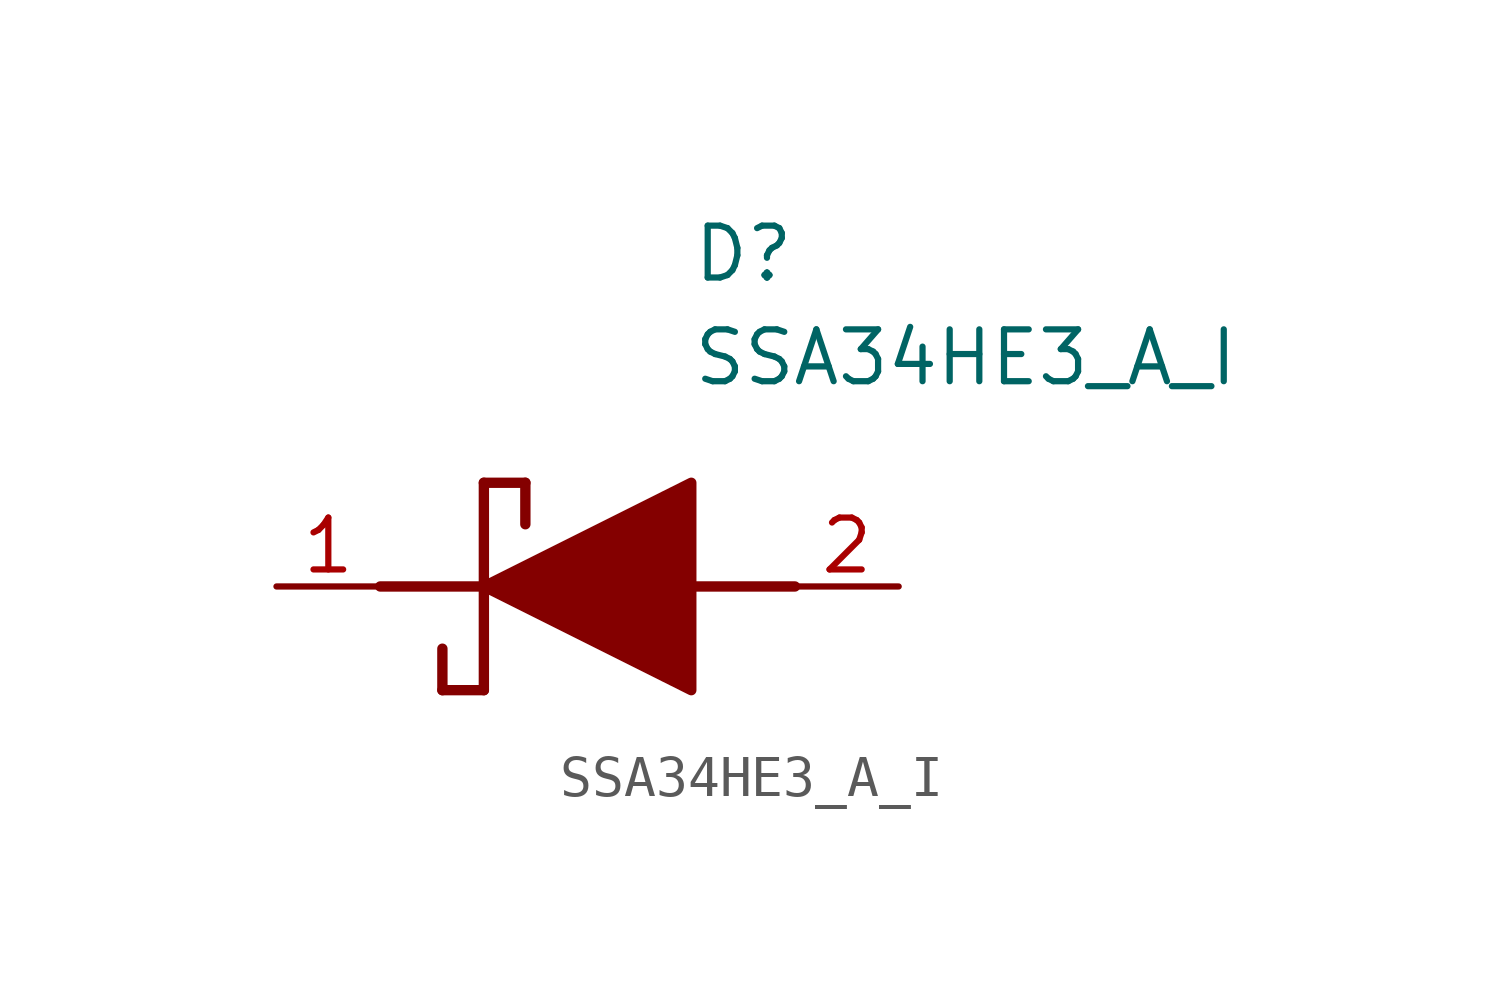
<source format=kicad_sym>
(kicad_symbol_lib
  (version 20211014)
  (generator SamacSys_ECAD_Model)
  (symbol "SSA34HE3_A_I"
    (pin_names hide)
    (property "Reference" "D"
      (at 12.7 8.89 0)
      (effects (font (size 1.27 1.27)) (justify left top)))
    (property "Value" "SSA34HE3_A_I"
      (at 12.7 6.35 0)
      (effects (font (size 1.27 1.27)) (justify left top)))
    (polyline
      (pts (xy 7.62 2.54) (xy 7.62 -2.54))
      (stroke (width 0.254) (type default))
      (fill (type none)))
    (polyline
      (pts (xy 7.62 2.54) (xy 8.636 2.54))
      (stroke (width 0.254) (type default))
      (fill (type none)))
    (polyline
      (pts (xy 8.636 1.524) (xy 8.636 2.54))
      (stroke (width 0.254) (type default))
      (fill (type none)))
    (polyline
      (pts (xy 7.62 -2.54) (xy 6.604 -2.54))
      (stroke (width 0.254) (type default))
      (fill (type none)))
    (polyline
      (pts (xy 6.604 -1.524) (xy 6.604 -2.54))
      (stroke (width 0.254) (type default))
      (fill (type none)))
    (polyline
      (pts (xy 5.08 0) (xy 7.62 0))
      (stroke (width 0.254) (type default))
      (fill (type none)))
    (polyline
      (pts (xy 12.7 0) (xy 15.24 0))
      (stroke (width 0.254) (type default))
      (fill (type none)))
    (polyline
      (pts (xy 7.62 0) (xy 12.7 2.54) (xy 12.7 -2.54) (xy 7.62 0))
      (stroke (width 0.254) (type default))
      (fill (type outline)))
    (pin passive line
      (at 2.54 0 0)
      (length 2.54)
      (name "K" (effects (font (size 1.27 1.27))))
      (number "1" (effects (font (size 1.27 1.27)))))
    (pin passive line
      (at 17.78 0 180)
      (length 2.54)
      (name "A" (effects (font (size 1.27 1.27))))
      (number "2" (effects (font (size 1.27 1.27)))))))
</source>
